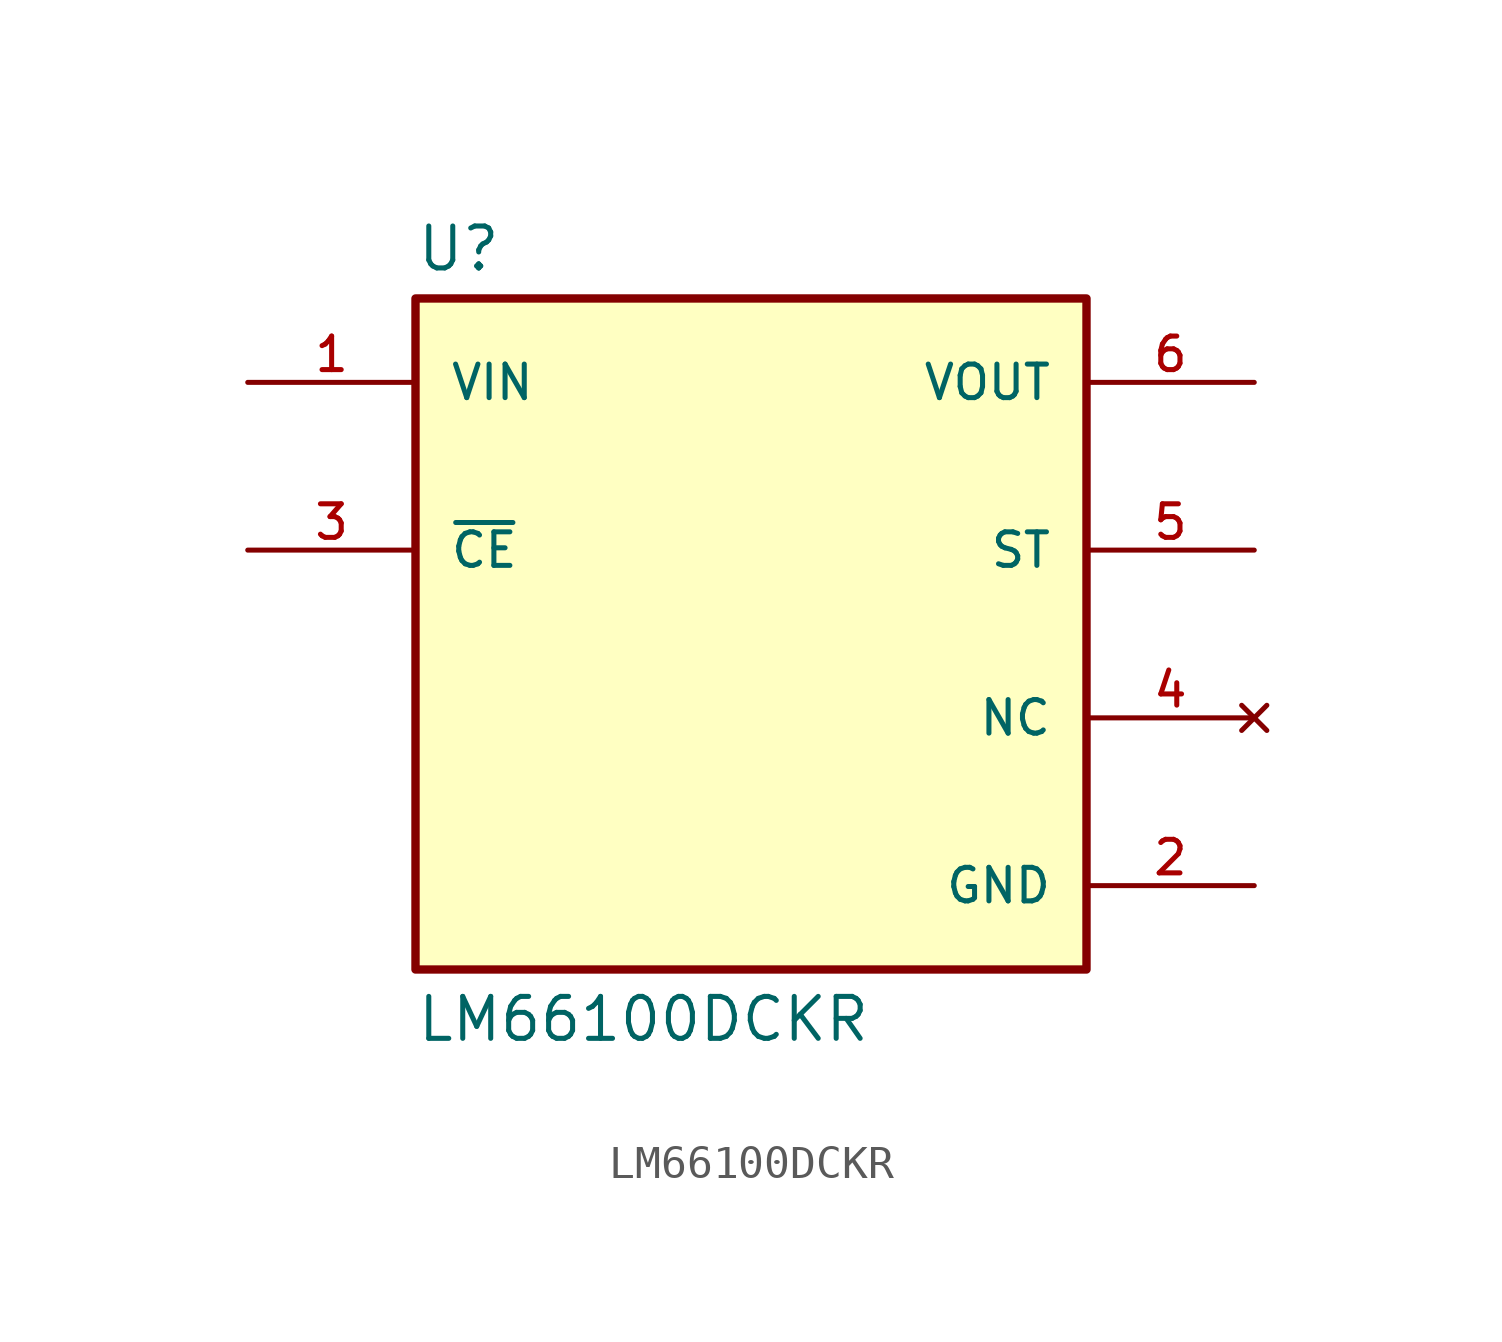
<source format=kicad_sym>
(kicad_symbol_lib
  (version 20211014)
  (generator kicad_symbol_editor)
  (symbol "LM66100DCKR"
    (pin_names
      (offset 1.016))
    (property "Reference" "U"
      (at -10.16 10.922 0)
      (effects (font (size 1.27 1.27)) (justify bottom left)))
    (property "Value" "LM66100DCKR"
      (at -10.16 -10.922 0)
      (effects (font (size 1.27 1.27)) (justify top left)))
    (symbol "LM66100DCKR_0_0"
      (rectangle (start -10.16 -10.16) (end 10.16 10.16) (stroke (width 0.254)) (fill (type background)))
      (pin input line (at -15.24 7.62 0) (length 5.08) (name "VIN" (effects (font (size 1.016 1.016)))) (number "1" (effects (font (size 1.016 1.016)))))
      (pin output line (at 15.24 7.62 180.0) (length 5.08) (name "VOUT" (effects (font (size 1.016 1.016)))) (number "6" (effects (font (size 1.016 1.016)))))
      (pin input line (at -15.24 2.54 0) (length 5.08) (name "~{CE}" (effects (font (size 1.016 1.016)))) (number "3" (effects (font (size 1.016 1.016)))))
      (pin output line (at 15.24 2.54 180.0) (length 5.08) (name "ST" (effects (font (size 1.016 1.016)))) (number "5" (effects (font (size 1.016 1.016)))))
      (pin no_connect line (at 15.24 -2.54 180.0) (length 5.08) (name "NC" (effects (font (size 1.016 1.016)))) (number "4" (effects (font (size 1.016 1.016)))))
      (pin power_in line (at 15.24 -7.62 180.0) (length 5.08) (name "GND" (effects (font (size 1.016 1.016)))) (number "2" (effects (font (size 1.016 1.016))))))))
</source>
